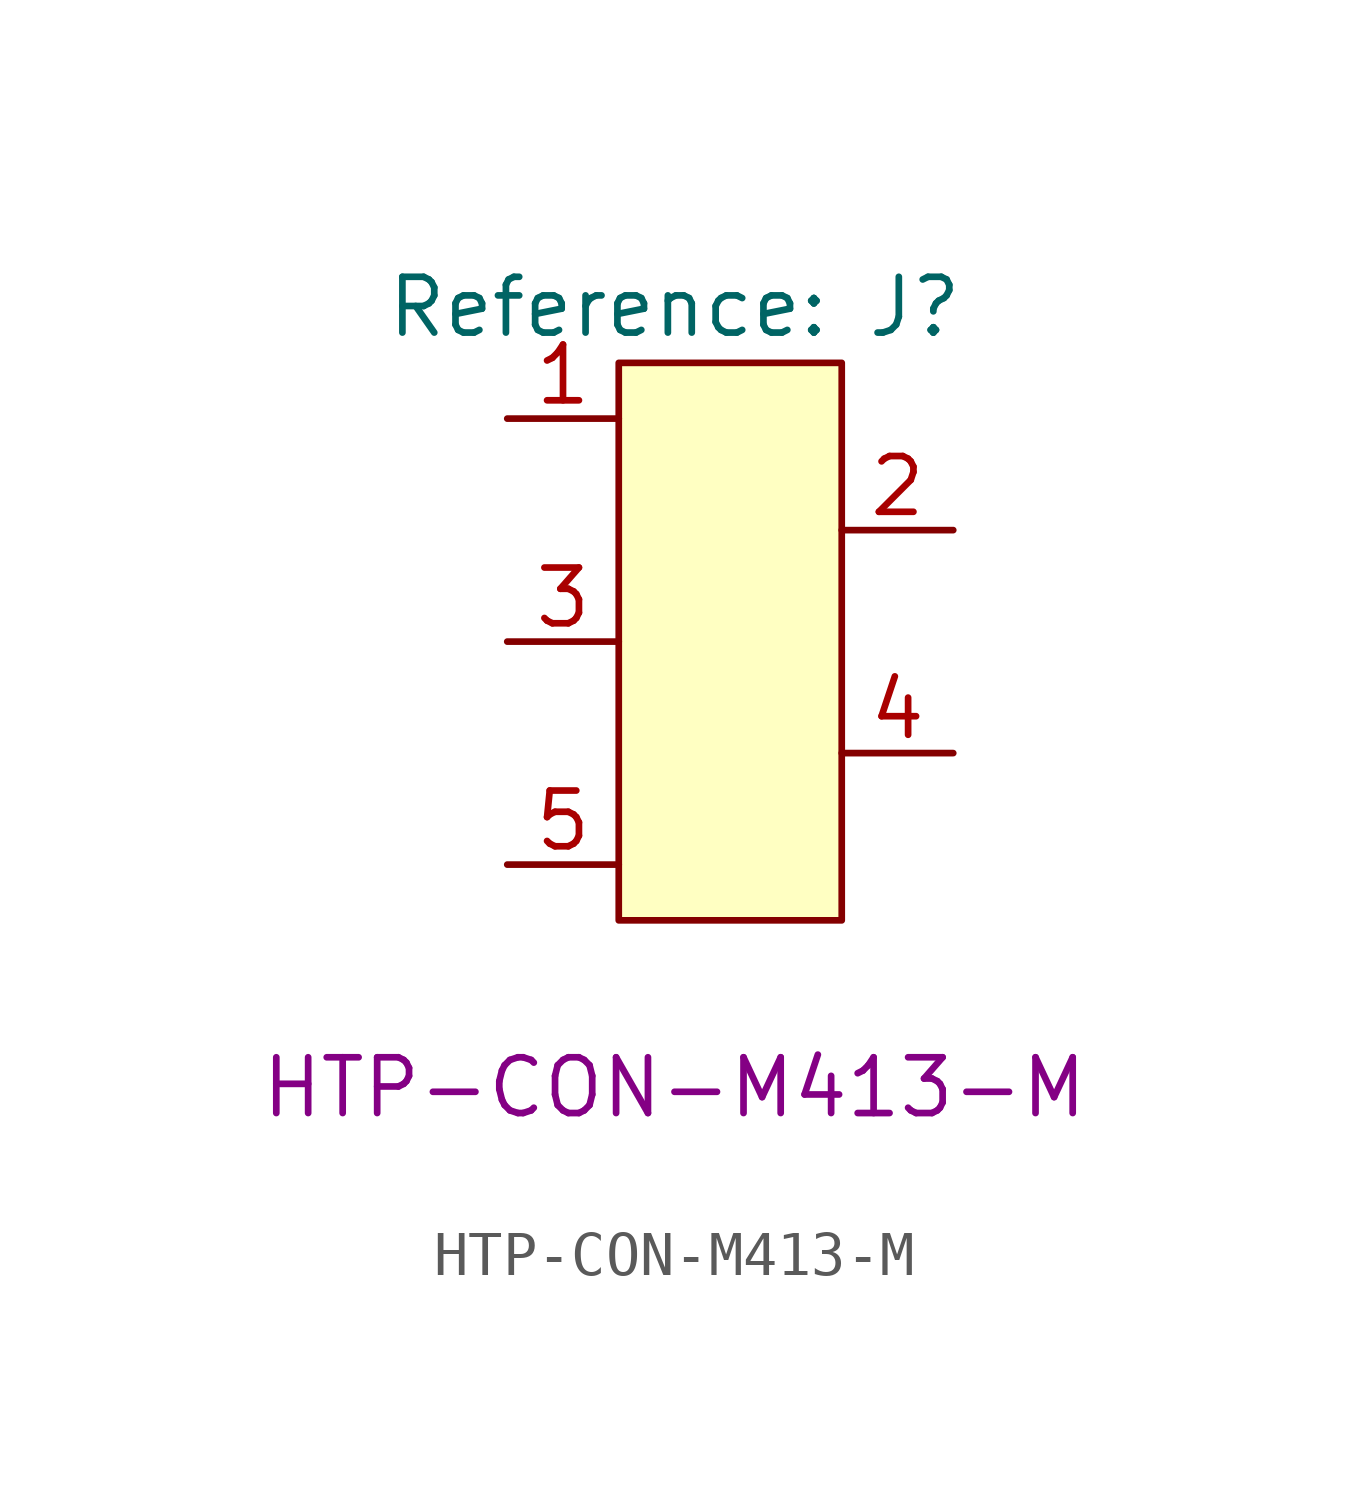
<source format=kicad_sym>
(kicad_symbol_lib
  (version 20241209)
  (generator "kicad_symbol_editor")
  (generator_version "9.0")
  (symbol "HTP-CON-M413-M"
    (property "Reference" "J"
      (at 8.89 1.27 0)
      (show_name)
      (effects (font (size 1.27 1.27))))
    (property "PartNumber" "HTP-CON-M413-M"
      (at 8.89 -16.51 0)
      (effects (font (size 1.27 1.27))))
    (symbol "HTP-CON-M413-M_1_1"
      (rectangle (start 7.62 0) (end 12.7 -12.7) (stroke (width 0) (type default)) (fill (type background)))
      (pin input line (at 5.08 -1.27 0) (length 2.54) (name "" (effects (font (size 1.27 1.27)))) (number "1" (effects (font (size 1.27 1.27)))))
      (pin input line (at 5.08 -6.35 0) (length 2.54) (name "" (effects (font (size 1.27 1.27)))) (number "3" (effects (font (size 1.27 1.27)))))
      (pin input line (at 5.08 -11.43 0) (length 2.54) (name "" (effects (font (size 1.27 1.27)))) (number "5" (effects (font (size 1.27 1.27)))))
      (pin input line (at 15.24 -3.81 180) (length 2.54) (name "" (effects (font (size 1.27 1.27)))) (number "2" (effects (font (size 1.27 1.27)))))
      (pin input line (at 15.24 -8.89 180) (length 2.54) (name "" (effects (font (size 1.27 1.27)))) (number "4" (effects (font (size 1.27 1.27))))))))
</source>
